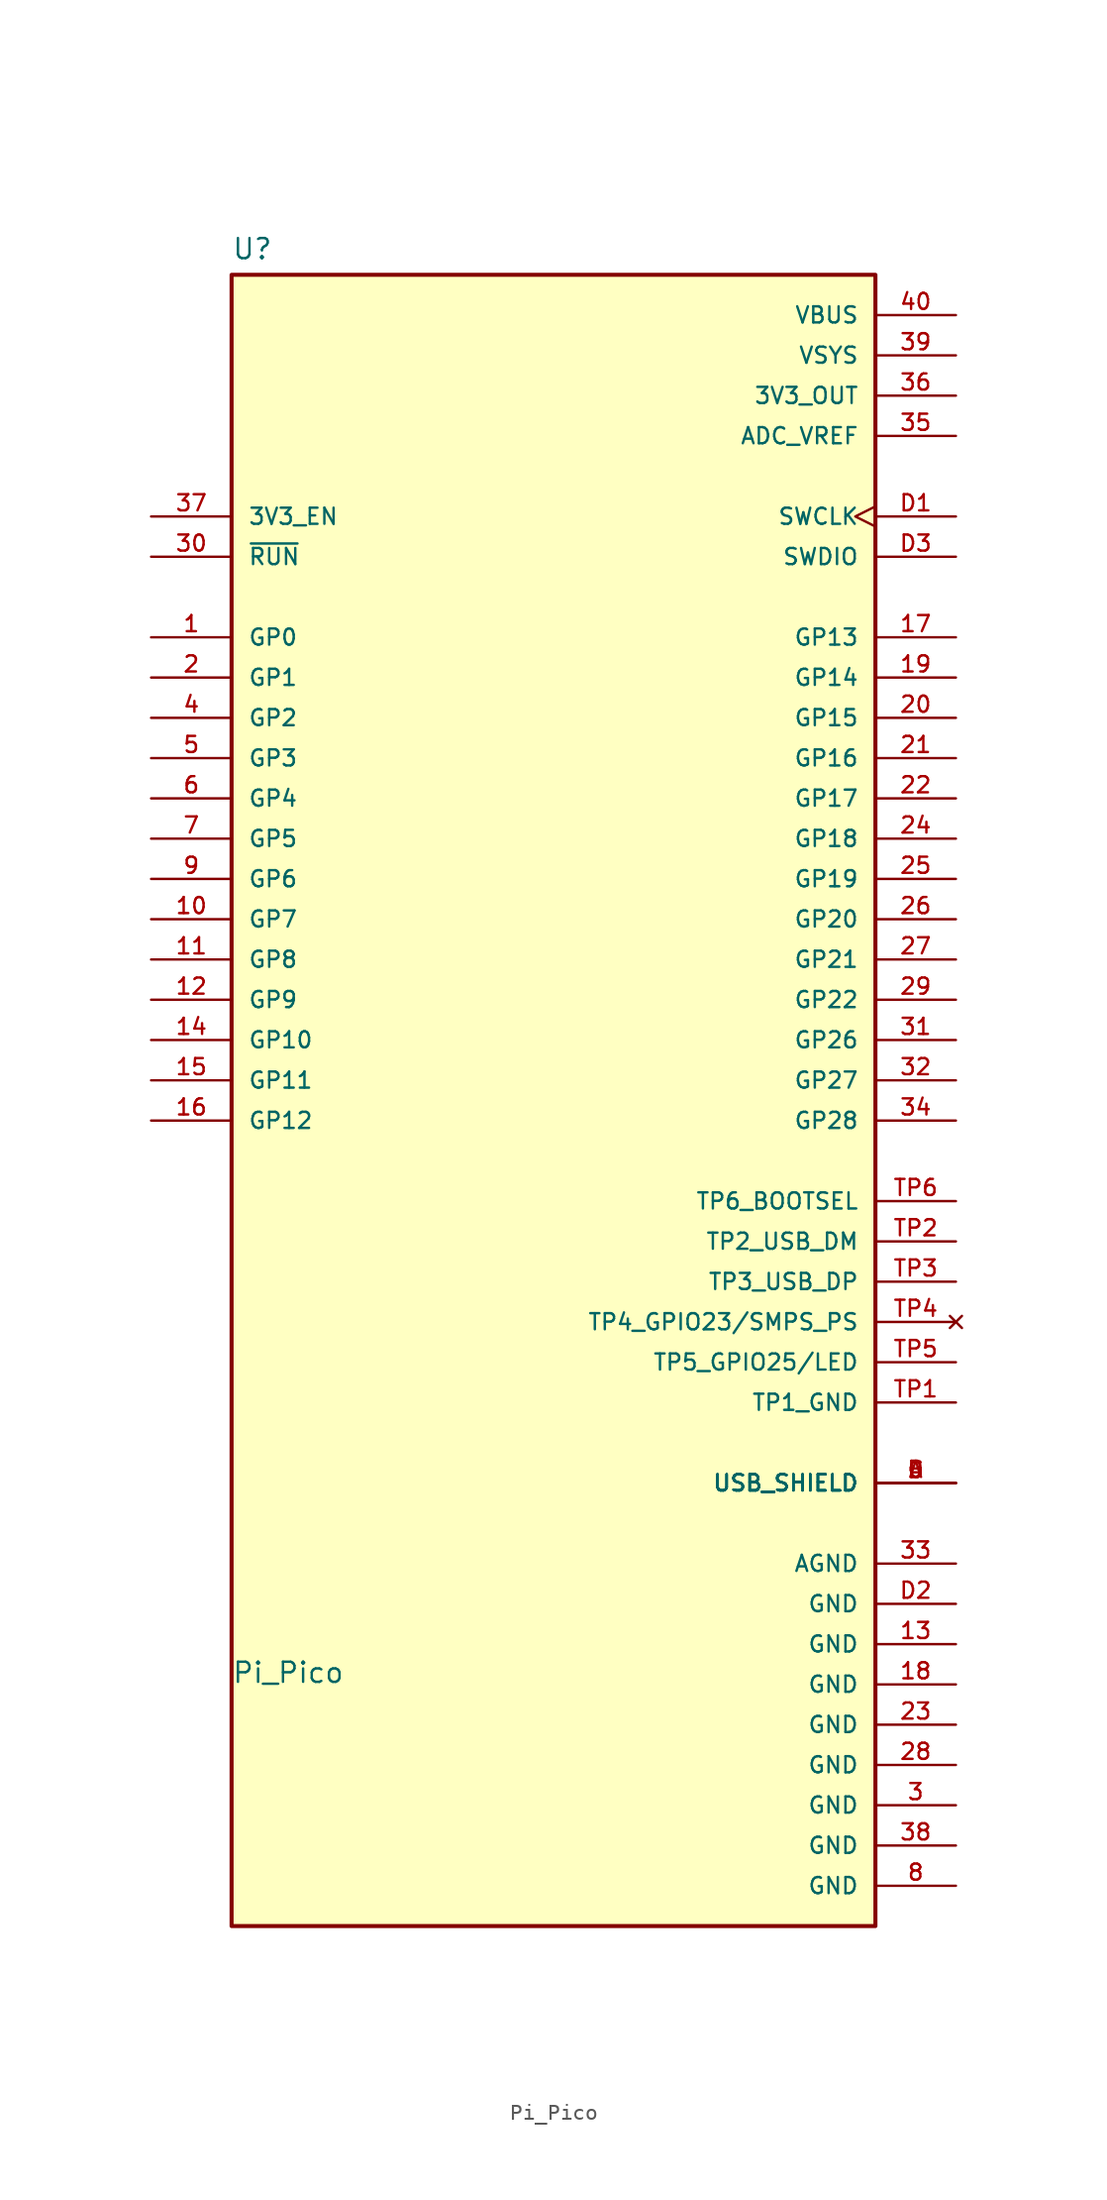
<source format=kicad_sym>
(kicad_symbol_lib
  (version 20220914)
  (generator kicad_symbol_editor)
  (symbol "Pi_Pico"
    (pin_names
      (offset 1.016))
    (property "Reference" "U"
      (at -20.32 44.069 0)
      (effects (font (size 1.27 1.27)) (justify left bottom)))
    (property "Value" "Pi_Pico"
      (at -20.32 -45.72 0)
      (effects (font (size 1.27 1.27)) (justify left bottom)))
    (symbol "Pi_Pico_0_0"
      (rectangle (start -20.32 43.18) (end 20.32 -60.96) (stroke (width 0.254) (type default)) (fill (type background)))
      (pin bidirectional line (at -25.4 20.32 0) (length 5.08) (name "GP0" (effects (font (size 1.016 1.016)))) (number "1" (effects (font (size 1.016 1.016)))))
      (pin bidirectional line (at -25.4 2.54 0) (length 5.08) (name "GP7" (effects (font (size 1.016 1.016)))) (number "10" (effects (font (size 1.016 1.016)))))
      (pin bidirectional line (at -25.4 0 0) (length 5.08) (name "GP8" (effects (font (size 1.016 1.016)))) (number "11" (effects (font (size 1.016 1.016)))))
      (pin bidirectional line (at -25.4 -2.54 0) (length 5.08) (name "GP9" (effects (font (size 1.016 1.016)))) (number "12" (effects (font (size 1.016 1.016)))))
      (pin power_in line (at 25.4 -43.18 180) (length 5.08) (name "GND" (effects (font (size 1.016 1.016)))) (number "13" (effects (font (size 1.016 1.016)))))
      (pin bidirectional line (at -25.4 -5.08 0) (length 5.08) (name "GP10" (effects (font (size 1.016 1.016)))) (number "14" (effects (font (size 1.016 1.016)))))
      (pin bidirectional line (at -25.4 -7.62 0) (length 5.08) (name "GP11" (effects (font (size 1.016 1.016)))) (number "15" (effects (font (size 1.016 1.016)))))
      (pin bidirectional line (at -25.4 -10.16 0) (length 5.08) (name "GP12" (effects (font (size 1.016 1.016)))) (number "16" (effects (font (size 1.016 1.016)))))
      (pin bidirectional line (at 25.4 20.32 180) (length 5.08) (name "GP13" (effects (font (size 1.016 1.016)))) (number "17" (effects (font (size 1.016 1.016)))))
      (pin power_in line (at 25.4 -45.72 180) (length 5.08) (name "GND" (effects (font (size 1.016 1.016)))) (number "18" (effects (font (size 1.016 1.016)))))
      (pin bidirectional line (at 25.4 17.78 180) (length 5.08) (name "GP14" (effects (font (size 1.016 1.016)))) (number "19" (effects (font (size 1.016 1.016)))))
      (pin bidirectional line (at -25.4 17.78 0) (length 5.08) (name "GP1" (effects (font (size 1.016 1.016)))) (number "2" (effects (font (size 1.016 1.016)))))
      (pin bidirectional line (at 25.4 15.24 180) (length 5.08) (name "GP15" (effects (font (size 1.016 1.016)))) (number "20" (effects (font (size 1.016 1.016)))))
      (pin bidirectional line (at 25.4 12.7 180) (length 5.08) (name "GP16" (effects (font (size 1.016 1.016)))) (number "21" (effects (font (size 1.016 1.016)))))
      (pin bidirectional line (at 25.4 10.16 180) (length 5.08) (name "GP17" (effects (font (size 1.016 1.016)))) (number "22" (effects (font (size 1.016 1.016)))))
      (pin power_in line (at 25.4 -48.26 180) (length 5.08) (name "GND" (effects (font (size 1.016 1.016)))) (number "23" (effects (font (size 1.016 1.016)))))
      (pin bidirectional line (at 25.4 7.62 180) (length 5.08) (name "GP18" (effects (font (size 1.016 1.016)))) (number "24" (effects (font (size 1.016 1.016)))))
      (pin bidirectional line (at 25.4 5.08 180) (length 5.08) (name "GP19" (effects (font (size 1.016 1.016)))) (number "25" (effects (font (size 1.016 1.016)))))
      (pin bidirectional line (at 25.4 2.54 180) (length 5.08) (name "GP20" (effects (font (size 1.016 1.016)))) (number "26" (effects (font (size 1.016 1.016)))))
      (pin bidirectional line (at 25.4 0 180) (length 5.08) (name "GP21" (effects (font (size 1.016 1.016)))) (number "27" (effects (font (size 1.016 1.016)))))
      (pin power_in line (at 25.4 -50.8 180) (length 5.08) (name "GND" (effects (font (size 1.016 1.016)))) (number "28" (effects (font (size 1.016 1.016)))))
      (pin bidirectional line (at 25.4 -2.54 180) (length 5.08) (name "GP22" (effects (font (size 1.016 1.016)))) (number "29" (effects (font (size 1.016 1.016)))))
      (pin power_in line (at 25.4 -53.34 180) (length 5.08) (name "GND" (effects (font (size 1.016 1.016)))) (number "3" (effects (font (size 1.016 1.016)))))
      (pin input line (at -25.4 25.4 0) (length 5.08) (name "~{RUN}" (effects (font (size 1.016 1.016)))) (number "30" (effects (font (size 1.016 1.016)))))
      (pin bidirectional line (at 25.4 -5.08 180) (length 5.08) (name "GP26" (effects (font (size 1.016 1.016)))) (number "31" (effects (font (size 1.016 1.016)))))
      (pin bidirectional line (at 25.4 -7.62 180) (length 5.08) (name "GP27" (effects (font (size 1.016 1.016)))) (number "32" (effects (font (size 1.016 1.016)))))
      (pin power_in line (at 25.4 -38.1 180) (length 5.08) (name "AGND" (effects (font (size 1.016 1.016)))) (number "33" (effects (font (size 1.016 1.016)))))
      (pin bidirectional line (at 25.4 -10.16 180) (length 5.08) (name "GP28" (effects (font (size 1.016 1.016)))) (number "34" (effects (font (size 1.016 1.016)))))
      (pin power_in line (at 25.4 33.02 180) (length 5.08) (name "ADC_VREF" (effects (font (size 1.016 1.016)))) (number "35" (effects (font (size 1.016 1.016)))))
      (pin power_in line (at 25.4 35.56 180) (length 5.08) (name "3V3_OUT" (effects (font (size 1.016 1.016)))) (number "36" (effects (font (size 1.016 1.016)))))
      (pin input line (at -25.4 27.94 0) (length 5.08) (name "3V3_EN" (effects (font (size 1.016 1.016)))) (number "37" (effects (font (size 1.016 1.016)))))
      (pin power_in line (at 25.4 -55.88 180) (length 5.08) (name "GND" (effects (font (size 1.016 1.016)))) (number "38" (effects (font (size 1.016 1.016)))))
      (pin power_in line (at 25.4 38.1 180) (length 5.08) (name "VSYS" (effects (font (size 1.016 1.016)))) (number "39" (effects (font (size 1.016 1.016)))))
      (pin bidirectional line (at -25.4 15.24 0) (length 5.08) (name "GP2" (effects (font (size 1.016 1.016)))) (number "4" (effects (font (size 1.016 1.016)))))
      (pin power_in line (at 25.4 40.64 180) (length 5.08) (name "VBUS" (effects (font (size 1.016 1.016)))) (number "40" (effects (font (size 1.016 1.016)))))
      (pin bidirectional line (at -25.4 12.7 0) (length 5.08) (name "GP3" (effects (font (size 1.016 1.016)))) (number "5" (effects (font (size 1.016 1.016)))))
      (pin bidirectional line (at -25.4 10.16 0) (length 5.08) (name "GP4" (effects (font (size 1.016 1.016)))) (number "6" (effects (font (size 1.016 1.016)))))
      (pin bidirectional line (at -25.4 7.62 0) (length 5.08) (name "GP5" (effects (font (size 1.016 1.016)))) (number "7" (effects (font (size 1.016 1.016)))))
      (pin power_in line (at 25.4 -58.42 180) (length 5.08) (name "GND" (effects (font (size 1.016 1.016)))) (number "8" (effects (font (size 1.016 1.016)))))
      (pin bidirectional line (at -25.4 5.08 0) (length 5.08) (name "GP6" (effects (font (size 1.016 1.016)))) (number "9" (effects (font (size 1.016 1.016)))))
      (pin power_in line (at 25.4 -33.02 180) (length 5.08) (name "USB_SHIELD" (effects (font (size 1.016 1.016)))) (number "A" (effects (font (size 1.016 1.016)))))
      (pin power_in line (at 25.4 -33.02 180) (length 5.08) (name "USB_SHIELD" (effects (font (size 1.016 1.016)))) (number "B" (effects (font (size 1.016 1.016)))))
      (pin power_in line (at 25.4 -33.02 180) (length 5.08) (name "USB_SHIELD" (effects (font (size 1.016 1.016)))) (number "C" (effects (font (size 1.016 1.016)))))
      (pin power_in line (at 25.4 -33.02 180) (length 5.08) (name "USB_SHIELD" (effects (font (size 1.016 1.016)))) (number "D" (effects (font (size 1.016 1.016)))))
      (pin input clock (at 25.4 27.94 180) (length 5.08) (name "SWCLK" (effects (font (size 1.016 1.016)))) (number "D1" (effects (font (size 1.016 1.016)))))
      (pin power_in line (at 25.4 -40.64 180) (length 5.08) (name "GND" (effects (font (size 1.016 1.016)))) (number "D2" (effects (font (size 1.016 1.016)))))
      (pin bidirectional line (at 25.4 25.4 180) (length 5.08) (name "SWDIO" (effects (font (size 1.016 1.016)))) (number "D3" (effects (font (size 1.016 1.016)))))
      (pin power_in line (at 25.4 -27.94 180) (length 5.08) (name "TP1_GND" (effects (font (size 1.016 1.016)))) (number "TP1" (effects (font (size 1.016 1.016)))))
      (pin bidirectional line (at 25.4 -17.78 180) (length 5.08) (name "TP2_USB_DM" (effects (font (size 1.016 1.016)))) (number "TP2" (effects (font (size 1.016 1.016)))))
      (pin bidirectional line (at 25.4 -20.32 180) (length 5.08) (name "TP3_USB_DP" (effects (font (size 1.016 1.016)))) (number "TP3" (effects (font (size 1.016 1.016)))))
      (pin no_connect line (at 25.4 -22.86 180) (length 5.08) (name "TP4_GPIO23/SMPS_PS" (effects (font (size 1.016 1.016)))) (number "TP4" (effects (font (size 1.016 1.016)))))
      (pin output line (at 25.4 -25.4 180) (length 5.08) (name "TP5_GPIO25/LED" (effects (font (size 1.016 1.016)))) (number "TP5" (effects (font (size 1.016 1.016)))))
      (pin input line (at 25.4 -15.24 180) (length 5.08) (name "TP6_BOOTSEL" (effects (font (size 1.016 1.016)))) (number "TP6" (effects (font (size 1.016 1.016))))))))
</source>
